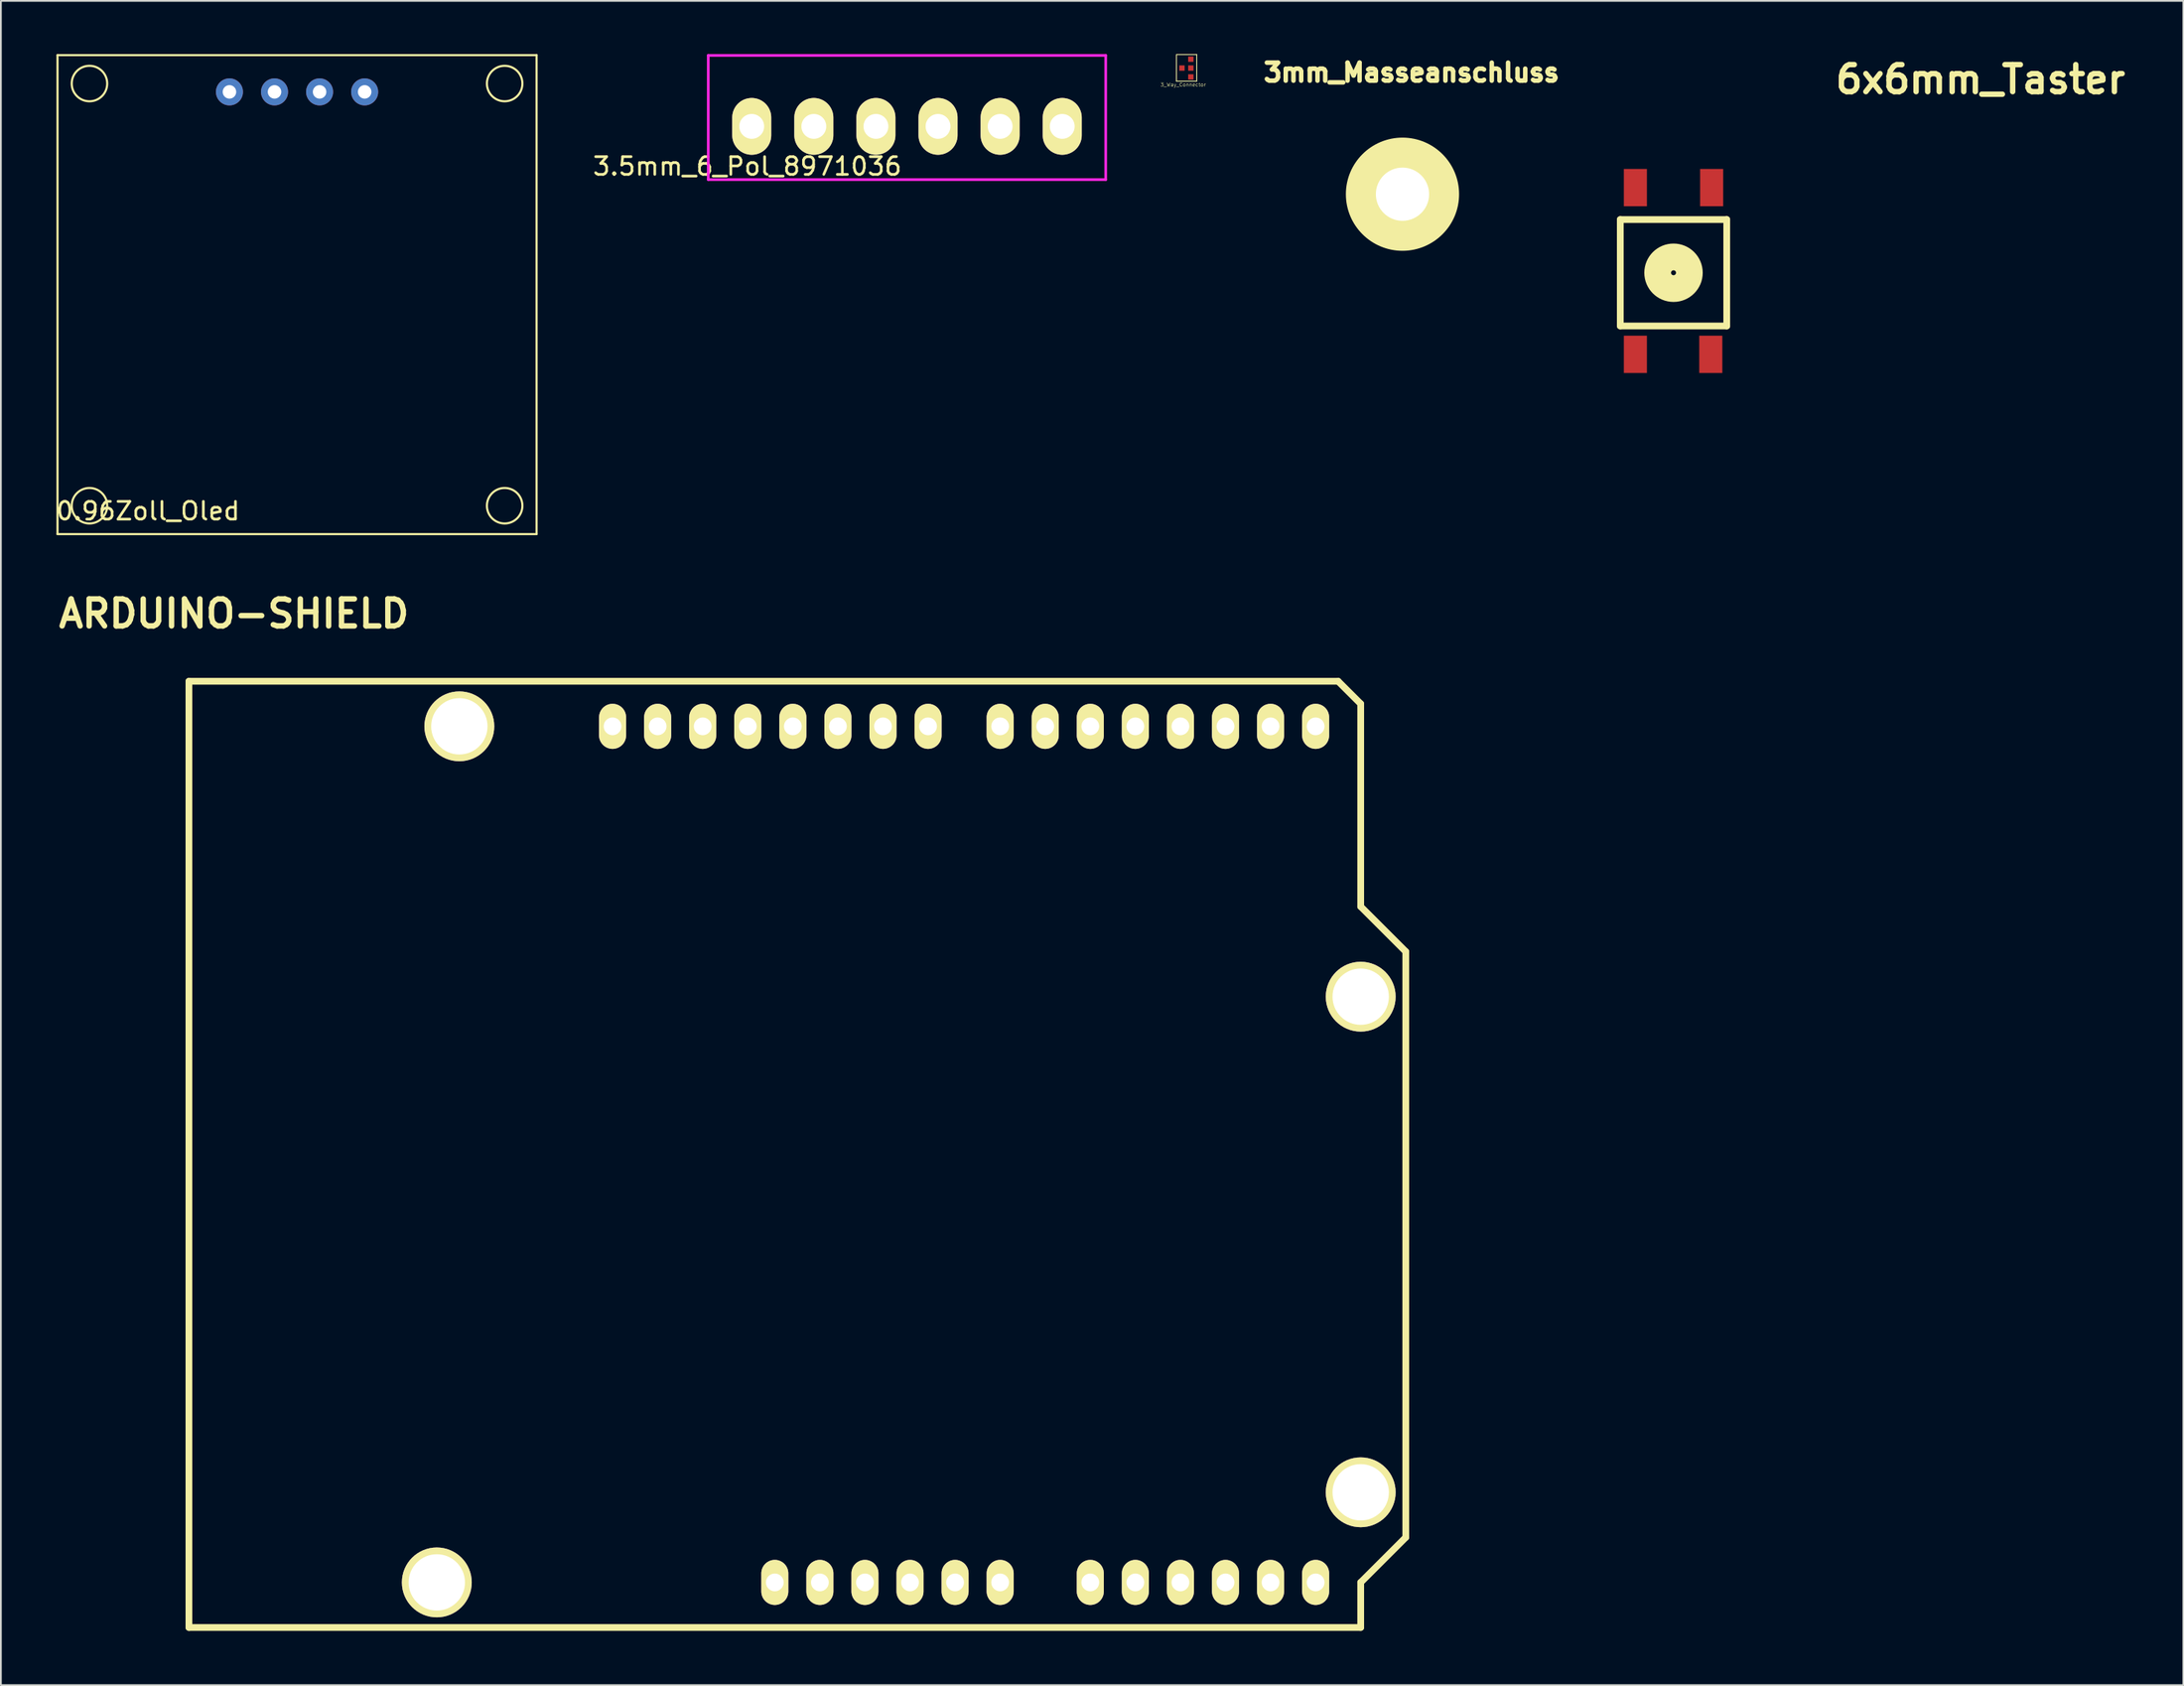
<source format=kicad_pcb>
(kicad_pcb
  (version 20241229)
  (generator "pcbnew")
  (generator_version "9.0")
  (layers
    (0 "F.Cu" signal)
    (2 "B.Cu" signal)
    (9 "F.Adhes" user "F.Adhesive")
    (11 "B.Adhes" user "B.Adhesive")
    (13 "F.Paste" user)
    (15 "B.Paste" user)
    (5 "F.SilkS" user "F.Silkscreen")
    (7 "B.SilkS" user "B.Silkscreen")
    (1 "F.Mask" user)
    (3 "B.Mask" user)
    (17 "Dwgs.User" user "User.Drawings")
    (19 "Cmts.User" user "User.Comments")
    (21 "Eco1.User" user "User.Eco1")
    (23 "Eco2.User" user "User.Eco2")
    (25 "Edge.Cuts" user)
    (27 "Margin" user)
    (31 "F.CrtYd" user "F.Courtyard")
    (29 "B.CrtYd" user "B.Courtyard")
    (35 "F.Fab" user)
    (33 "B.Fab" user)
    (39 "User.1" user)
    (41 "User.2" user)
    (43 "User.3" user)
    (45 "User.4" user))
  (footprint "ARDUINO-SHIELD"
    (layer "F.Cu")
    (at 7.598 88.696)
    (property "Reference" "ARDUINO-SHIELD" (at 2.54 -57.15 0) (layer "F.SilkS") (effects (font (size 1.524 1.524) (thickness 0.305))))
    (attr through_hole)
    (fp_line (start 0 0) (end 0 -53.34) (stroke (width 0.381) (type solid)) (layer "F.SilkS"))
    (fp_line (start 64.77 -53.34) (end 0 -53.34) (stroke (width 0.381) (type solid)) (layer "F.SilkS"))
    (fp_line (start 66.04 -52.07) (end 64.77 -53.34) (stroke (width 0.381) (type solid)) (layer "F.SilkS"))
    (fp_line (start 66.04 -40.64) (end 66.04 -52.07) (stroke (width 0.381) (type solid)) (layer "F.SilkS"))
    (fp_line (start 66.04 -40.64) (end 68.58 -38.1) (stroke (width 0.381) (type solid)) (layer "F.SilkS"))
    (fp_line (start 66.04 -2.54) (end 66.04 0) (stroke (width 0.381) (type solid)) (layer "F.SilkS"))
    (fp_line (start 66.04 0) (end 0 0) (stroke (width 0.381) (type solid)) (layer "F.SilkS"))
    (fp_line (start 68.58 -38.1) (end 68.58 -5.08) (stroke (width 0.381) (type solid)) (layer "F.SilkS"))
    (fp_line (start 68.58 -5.08) (end 66.04 -2.54) (stroke (width 0.381) (type solid)) (layer "F.SilkS"))
    (pad "" thru_hole circle (at 13.97 -2.54 90) (size 3.937 3.937) (drill 3.175) (layers "*.Cu" "*.Mask" "F.SilkS"))
    (pad "" thru_hole circle (at 15.24 -50.8 90) (size 3.937 3.937) (drill 3.175) (layers "*.Cu" "*.Mask" "F.SilkS"))
    (pad "" thru_hole circle (at 66.04 -35.56 90) (size 3.937 3.937) (drill 3.175) (layers "*.Cu" "*.Mask" "F.SilkS"))
    (pad "" thru_hole circle (at 66.04 -7.62 90) (size 3.937 3.937) (drill 3.175) (layers "*.Cu" "*.Mask" "F.SilkS"))
    (pad "0" thru_hole oval (at 63.5 -50.8 90) (size 2.54 1.524) (drill 1.001) (layers "*.Cu" "*.Mask" "F.SilkS"))
    (pad "1" thru_hole oval (at 60.96 -50.8 90) (size 2.54 1.524) (drill 1.001) (layers "*.Cu" "*.Mask" "F.SilkS"))
    (pad "2" thru_hole oval (at 58.42 -50.8 90) (size 2.54 1.524) (drill 1.001) (layers "*.Cu" "*.Mask" "F.SilkS"))
    (pad "3" thru_hole oval (at 55.88 -50.8 90) (size 2.54 1.524) (drill 1.001) (layers "*.Cu" "*.Mask" "F.SilkS"))
    (pad "3V3" thru_hole oval (at 35.56 -2.54 90) (size 2.54 1.524) (drill 1.001) (layers "*.Cu" "*.Mask" "F.SilkS"))
    (pad "4" thru_hole oval (at 53.34 -50.8 90) (size 2.54 1.524) (drill 1.001) (layers "*.Cu" "*.Mask" "F.SilkS"))
    (pad "5" thru_hole oval (at 50.8 -50.8 90) (size 2.54 1.524) (drill 1.001) (layers "*.Cu" "*.Mask" "F.SilkS"))
    (pad "5V" thru_hole oval (at 38.1 -2.54 90) (size 2.54 1.524) (drill 1.001) (layers "*.Cu" "*.Mask" "F.SilkS"))
    (pad "6" thru_hole oval (at 48.26 -50.8 90) (size 2.54 1.524) (drill 1.001) (layers "*.Cu" "*.Mask" "F.SilkS"))
    (pad "7" thru_hole oval (at 45.72 -50.8 90) (size 2.54 1.524) (drill 1.001) (layers "*.Cu" "*.Mask" "F.SilkS"))
    (pad "8" thru_hole oval (at 41.656 -50.8 90) (size 2.54 1.524) (drill 1.001) (layers "*.Cu" "*.Mask" "F.SilkS"))
    (pad "9" thru_hole oval (at 39.116 -50.8 90) (size 2.54 1.524) (drill 1.001) (layers "*.Cu" "*.Mask" "F.SilkS"))
    (pad "10" thru_hole oval (at 36.576 -50.8 90) (size 2.54 1.524) (drill 1.001) (layers "*.Cu" "*.Mask" "F.SilkS"))
    (pad "11" thru_hole oval (at 34.036 -50.8 90) (size 2.54 1.524) (drill 1.001) (layers "*.Cu" "*.Mask" "F.SilkS"))
    (pad "12" thru_hole oval (at 31.496 -50.8 90) (size 2.54 1.524) (drill 1.001) (layers "*.Cu" "*.Mask" "F.SilkS"))
    (pad "13" thru_hole oval (at 28.956 -50.8 90) (size 2.54 1.524) (drill 1.001) (layers "*.Cu" "*.Mask" "F.SilkS"))
    (pad "AD0" thru_hole oval (at 50.8 -2.54 90) (size 2.54 1.524) (drill 1.001) (layers "*.Cu" "*.Mask" "F.SilkS"))
    (pad "AD1" thru_hole oval (at 53.34 -2.54 90) (size 2.54 1.524) (drill 1.001) (layers "*.Cu" "*.Mask" "F.SilkS"))
    (pad "AD2" thru_hole oval (at 55.88 -2.54 90) (size 2.54 1.524) (drill 1.001) (layers "*.Cu" "*.Mask" "F.SilkS"))
    (pad "AD3" thru_hole oval (at 58.42 -2.54 90) (size 2.54 1.524) (drill 1.001) (layers "*.Cu" "*.Mask" "F.SilkS"))
    (pad "AD4" thru_hole oval (at 60.96 -2.54 90) (size 2.54 1.524) (drill 1.001) (layers "*.Cu" "*.Mask" "F.SilkS"))
    (pad "AD5" thru_hole oval (at 63.5 -2.54 90) (size 2.54 1.524) (drill 1.001) (layers "*.Cu" "*.Mask" "F.SilkS"))
    (pad "AREF" thru_hole oval (at 23.876 -50.8 90) (size 2.54 1.524) (drill 1.001) (layers "*.Cu" "*.Mask" "F.SilkS"))
    (pad "GND1" thru_hole oval (at 40.64 -2.54 90) (size 2.54 1.524) (drill 1.001) (layers "*.Cu" "*.Mask" "F.SilkS"))
    (pad "GND2" thru_hole oval (at 43.18 -2.54 90) (size 2.54 1.524) (drill 1.001) (layers "*.Cu" "*.Mask" "F.SilkS"))
    (pad "GND3" thru_hole oval (at 26.416 -50.8 90) (size 2.54 1.524) (drill 1.001) (layers "*.Cu" "*.Mask" "F.SilkS"))
    (pad "RST" thru_hole oval (at 33.02 -2.54 90) (size 2.54 1.524) (drill 1.001) (layers "*.Cu" "*.Mask" "F.SilkS"))
    (pad "V_IN" thru_hole oval (at 45.72 -2.54 90) (size 2.54 1.524) (drill 1.001) (layers "*.Cu" "*.Mask" "F.SilkS")))
  (footprint "0.96Zoll_Oled"
    (layer "F.Cu")
    (at 13.692 13.56)
    (property "Reference" "0.96Zoll_Oled" (at -8.4 12.2 0) (layer "F.SilkS") (effects (font (size 1 1) (thickness 0.15))))
    (attr through_hole)
    (fp_line (start -13.5 -13.5) (end 13.5 -13.5) (stroke (width 0.12) (type solid)) (layer "F.SilkS"))
    (fp_line (start -13.5 13.5) (end -13.5 -13.5) (stroke (width 0.12) (type solid)) (layer "F.SilkS"))
    (fp_line (start 13.5 -13.5) (end 13.5 13.5) (stroke (width 0.12) (type solid)) (layer "F.SilkS"))
    (fp_line (start 13.5 13.5) (end -13.5 13.5) (stroke (width 0.12) (type solid)) (layer "F.SilkS"))
    (fp_circle (center -11.7 -11.9) (end -10.7 -11.9) (stroke (width 0.12) (type solid)) (fill no) (layer "F.SilkS"))
    (fp_circle (center -11.7 11.9) (end -10.7 11.9) (stroke (width 0.12) (type solid)) (fill no) (layer "F.SilkS"))
    (fp_circle (center 11.7 -11.9) (end 12.7 -11.9) (stroke (width 0.12) (type solid)) (fill no) (layer "F.SilkS"))
    (fp_circle (center 11.7 11.9) (end 12.7 11.9) (stroke (width 0.12) (type solid)) (fill no) (layer "F.SilkS"))
    (pad "1" thru_hole circle (at -3.81 -11.43) (size 1.524 1.524) (drill 0.762) (layers "*.Cu" "*.Mask"))
    (pad "2" thru_hole circle (at -1.27 -11.43) (size 1.524 1.524) (drill 0.762) (layers "*.Cu" "*.Mask"))
    (pad "3" thru_hole circle (at 1.27 -11.43) (size 1.524 1.524) (drill 0.762) (layers "*.Cu" "*.Mask"))
    (pad "4" thru_hole circle (at 3.81 -11.43) (size 1.524 1.524) (drill 0.762) (layers "*.Cu" "*.Mask")))
  (footprint "6x6mm_Taster"
    (layer "F.Cu")
    (at 91.268 12.326)
    (property "Reference" "6x6mm_Taster" (at 17.3 -10.899 0) (layer "F.SilkS") (effects (font (size 1.524 1.524) (thickness 0.305))))
    (attr through_hole)
    (fp_line (start -3 -3) (end 3 -3) (stroke (width 0.381) (type solid)) (layer "F.SilkS"))
    (fp_line (start -3 3) (end -3 -3) (stroke (width 0.381) (type solid)) (layer "F.SilkS"))
    (fp_line (start 3 -3) (end 3 3) (stroke (width 0.381) (type solid)) (layer "F.SilkS"))
    (fp_line (start 3 3) (end -3 3) (stroke (width 0.381) (type solid)) (layer "F.SilkS"))
    (fp_circle (center -0.099 0) (end 0.899 0.599) (stroke (width 0.381) (type solid)) (fill no) (layer "F.SilkS"))
    (fp_circle (center 0 0) (end 0.099 0.099) (stroke (width 0.381) (type solid)) (fill no) (layer "F.SilkS"))
    (fp_circle (center 0 0) (end 0.3 0.201) (stroke (width 0.381) (type solid)) (fill no) (layer "F.SilkS"))
    (fp_circle (center 0 0) (end 0.599 0.3) (stroke (width 0.381) (type solid)) (fill no) (layer "F.SilkS"))
    (fp_circle (center 0 0) (end 0.701 0.399) (stroke (width 0.381) (type solid)) (fill no) (layer "F.SilkS"))
    (fp_circle (center 0 0) (end 1.001 0.399) (stroke (width 0.381) (type solid)) (fill no) (layer "F.SilkS"))
    (fp_circle (center 0 0) (end 1.1 0.701) (stroke (width 0.381) (type solid)) (fill no) (layer "F.SilkS"))
    (fp_circle (center 0 0) (end 1.4 0.399) (stroke (width 0.381) (type solid)) (fill no) (layer "F.SilkS"))
    (pad "1" smd rect (at -2.149 -4.801) (size 1.3 2.101) (layers "F.Cu" "F.Mask" "F.Paste"))
    (pad "2" smd rect (at -2.149 4.6) (size 1.3 2.101) (layers "F.Cu" "F.Mask" "F.Paste"))
    (pad "3" smd rect (at 2.149 -4.801) (size 1.3 2.101) (layers "F.Cu" "F.Mask" "F.Paste"))
    (pad "4" smd rect (at 2.101 4.6) (size 1.3 2.101) (layers "F.Cu" "F.Mask" "F.Paste")))
  (footprint "3_Way_Connector"
    (layer "F.Cu")
    (at 64.065 0.787)
    (property "Reference" "3_Way_Connector" (at -0.432 0.94 0) (layer "F.SilkS") (effects (font (size 0.2 0.2) (thickness 0.02))))
    (attr through_hole)
    (fp_line (start -0.813 0.737) (end -0.813 -0.762) (stroke (width 0.05) (type solid)) (layer "F.SilkS"))
    (fp_line (start -0.787 -0.762) (end 0.33 -0.762) (stroke (width 0.05) (type solid)) (layer "F.SilkS"))
    (fp_line (start 0.33 -0.762) (end 0.33 0.737) (stroke (width 0.05) (type solid)) (layer "F.SilkS"))
    (fp_line (start 0.33 0.737) (end -0.813 0.737) (stroke (width 0.05) (type solid)) (layer "F.SilkS"))
    (pad "1" smd rect (at 0 -0.5) (size 0.3 0.3) (layers "F.Cu" "F.Mask" "F.Paste"))
    (pad "2" smd rect (at -0.5 0) (size 0.3 0.3) (layers "F.Cu" "F.Mask" "F.Paste"))
    (pad "3" smd rect (at 0 0.5) (size 0.3 0.3) (layers "F.Cu" "F.Mask" "F.Paste"))
    (pad "4" smd rect (at 0 0) (size 0.3 0.3) (layers "F.Cu" "F.Mask" "F.Paste")))
  (footprint "3.5mm_6_Pol_8971036"
    (layer "F.Cu")
    (at 48.067 4.075)
    (property "Reference" "3.5mm_6_Pol_8971036" (at -9 2.25 0) (layer "F.SilkS") (effects (font (size 1 1) (thickness 0.15))))
    (attr through_hole)
    (fp_line (start -11.2 -4) (end -11.2 3) (stroke (width 0.15) (type solid)) (layer "F.CrtYd"))
    (fp_line (start -11.2 -4) (end 11.2 -4) (stroke (width 0.15) (type solid)) (layer "F.CrtYd"))
    (fp_line (start 11.2 3) (end -11.2 3) (stroke (width 0.15) (type solid)) (layer "F.CrtYd"))
    (fp_line (start 11.2 3) (end 11.2 -4) (stroke (width 0.15) (type solid)) (layer "F.CrtYd"))
    (pad "1" thru_hole oval (at -8.75 0) (size 2.2 3.2) (drill 1.4) (layers "*.Cu" "*.Mask" "F.SilkS"))
    (pad "2" thru_hole oval (at -5.25 0) (size 2.2 3.2) (drill 1.4) (layers "*.Cu" "*.Mask" "F.SilkS"))
    (pad "3" thru_hole oval (at -1.75 0) (size 2.2 3.2) (drill 1.4) (layers "*.Cu" "*.Mask" "F.SilkS"))
    (pad "4" thru_hole oval (at 1.75 0) (size 2.2 3.2) (drill 1.4) (layers "*.Cu" "*.Mask" "F.SilkS"))
    (pad "5" thru_hole oval (at 5.25 0) (size 2.2 3.2) (drill 1.4) (layers "*.Cu" "*.Mask" "F.SilkS"))
    (pad "6" thru_hole oval (at 8.75 0) (size 2.2 3.2) (drill 1.4) (layers "*.Cu" "*.Mask" "F.SilkS")))
  (footprint "3mm_Masseanschluss"
    (layer "F.Cu")
    (at 75.993 7.898)
    (property "Reference" "3mm_Masseanschluss" (at 0.508 -6.858 0) (layer "F.SilkS") (effects (font (size 1.016 1.016) (thickness 0.305))))
    (attr through_hole)
    (fp_circle (center 0 0) (end 0 -3) (stroke (width 0.381) (type solid)) (fill no) (layer "F.SilkS"))
    (pad "1" thru_hole circle (at 0 0) (size 6 6) (drill 3) (layers "*.Mask" "F.Cu" "F.SilkS")))
  (gr_rect
    (start -3 -3)
    (end 120 91.946)
    (stroke (width 0.1) (type default))
    (fill no)
    (layer "Edge.Cuts")))
</source>
